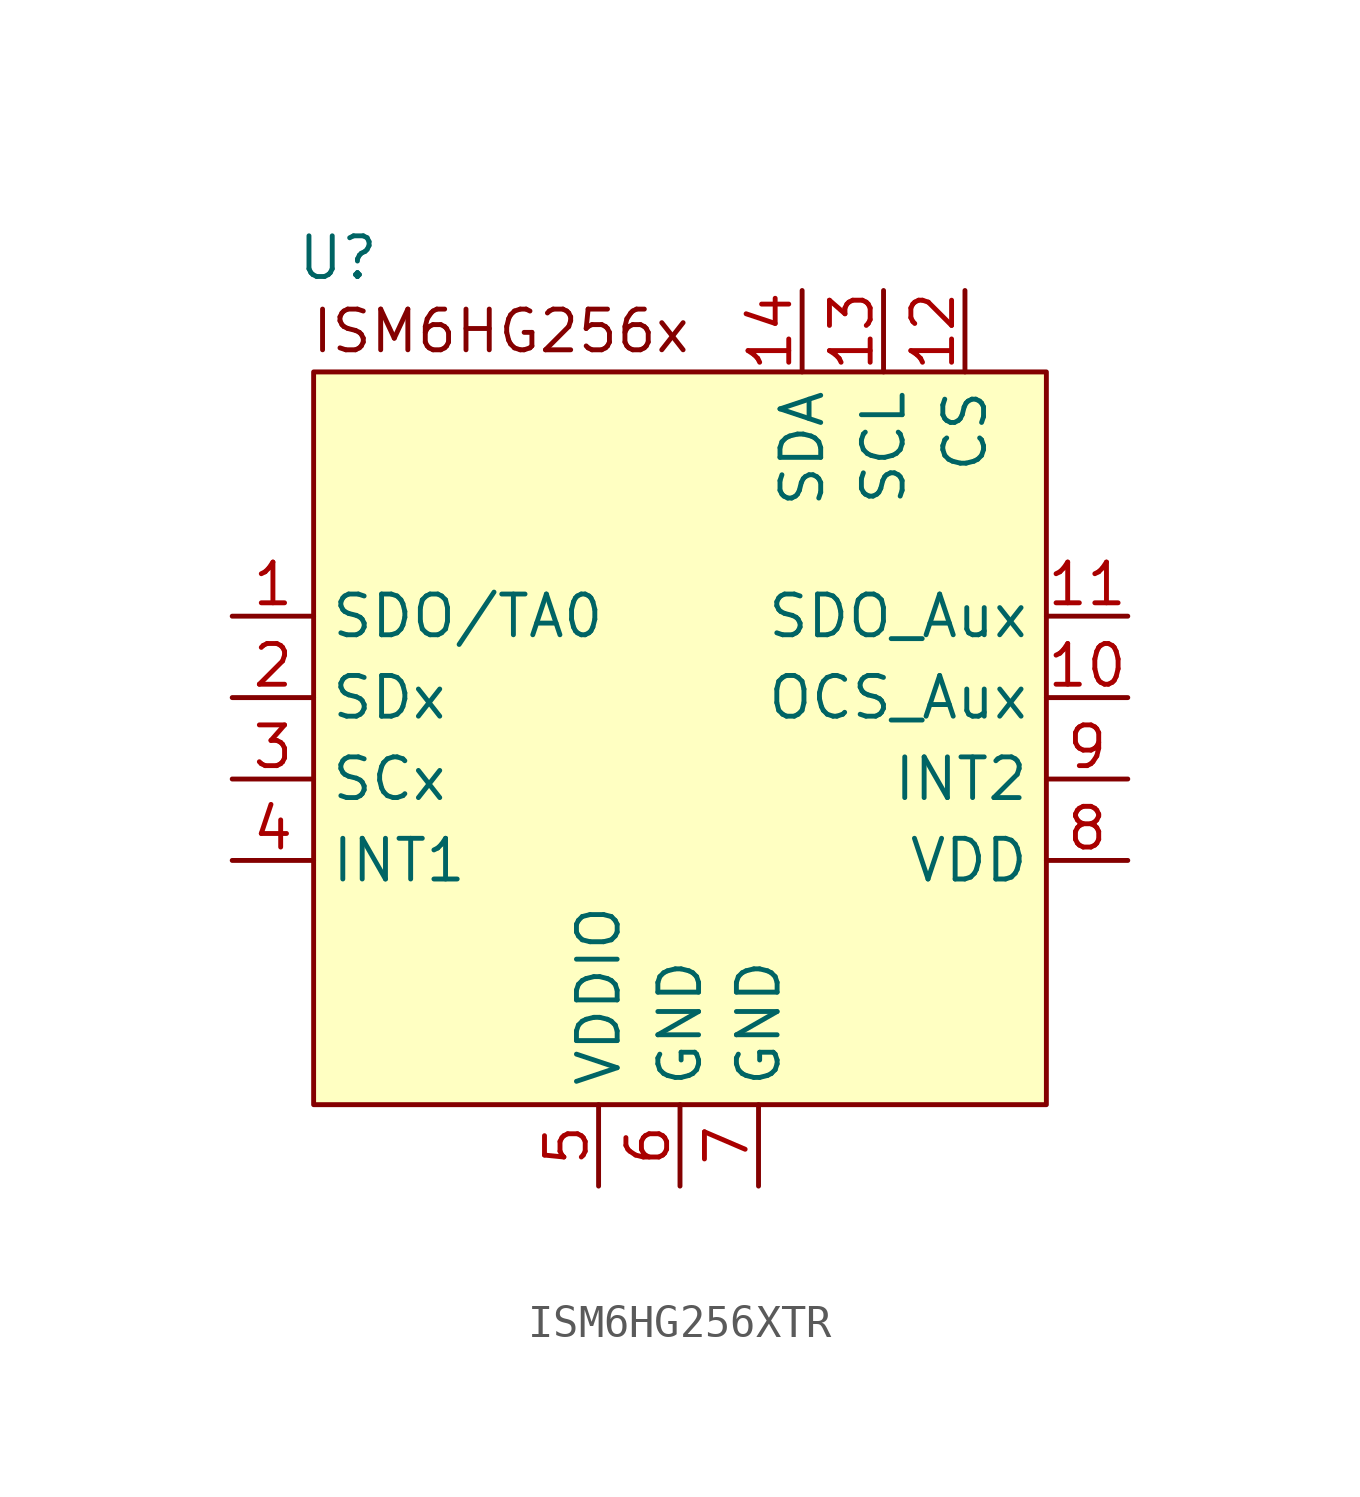
<source format=kicad_sym>
(kicad_symbol_lib
  (version 20241209)
  (generator "kicad_symbol_editor")
  (generator_version "9.0")
  (symbol "ISM6HG256XTR"
    (property "Reference" "U"
      (at -10.668 14.986 0)
      (effects (font (size 1.27 1.27))))
    (property "Value" ""
      (at 0 0 0)
      (effects (font (size 1.27 1.27))))
    (symbol "ISM6HG256XTR_0_1"
      (rectangle (start -11.43 11.43) (end 11.43 -11.43) (stroke (width 0) (type default)) (fill (type background))))
    (symbol "ISM6HG256XTR_1_1"
      (text "ISM6HG256x" (at -5.588 12.7 0) (effects (font (size 1.27 1.27))))
      (pin bidirectional line (at -13.97 3.81 0) (length 2.54) (name "SDO/TA0" (effects (font (size 1.27 1.27)))) (number "1" (effects (font (size 1.27 1.27)))))
      (pin bidirectional line (at -13.97 1.27 0) (length 2.54) (name "SDx" (effects (font (size 1.27 1.27)))) (number "2" (effects (font (size 1.27 1.27)))))
      (pin input line (at -13.97 -1.27 0) (length 2.54) (name "SCx" (effects (font (size 1.27 1.27)))) (number "3" (effects (font (size 1.27 1.27)))))
      (pin output line (at -13.97 -3.81 0) (length 2.54) (name "INT1" (effects (font (size 1.27 1.27)))) (number "4" (effects (font (size 1.27 1.27)))))
      (pin power_in line (at -2.54 -13.97 90) (length 2.54) (name "VDDIO" (effects (font (size 1.27 1.27)))) (number "5" (effects (font (size 1.27 1.27)))))
      (pin power_in line (at 0 -13.97 90) (length 2.54) (name "GND" (effects (font (size 1.27 1.27)))) (number "6" (effects (font (size 1.27 1.27)))))
      (pin power_in line (at 2.45 -13.97 90) (length 2.54) (name "GND" (effects (font (size 1.27 1.27)))) (number "7" (effects (font (size 1.27 1.27)))))
      (pin bidirectional line (at 3.81 13.97 270) (length 2.54) (name "SDA" (effects (font (size 1.27 1.27)))) (number "14" (effects (font (size 1.27 1.27)))))
      (pin input line (at 6.35 13.97 270) (length 2.54) (name "SCL" (effects (font (size 1.27 1.27)))) (number "13" (effects (font (size 1.27 1.27)))))
      (pin input line (at 8.89 13.97 270) (length 2.54) (name "CS" (effects (font (size 1.27 1.27)))) (number "12" (effects (font (size 1.27 1.27)))))
      (pin output line (at 13.97 3.81 180) (length 2.54) (name "SDO_Aux" (effects (font (size 1.27 1.27)))) (number "11" (effects (font (size 1.27 1.27)))))
      (pin input line (at 13.97 1.27 180) (length 2.54) (name "OCS_Aux" (effects (font (size 1.27 1.27)))) (number "10" (effects (font (size 1.27 1.27)))))
      (pin output line (at 13.97 -1.27 180) (length 2.54) (name "INT2" (effects (font (size 1.27 1.27)))) (number "9" (effects (font (size 1.27 1.27)))))
      (pin power_in line (at 13.97 -3.81 180) (length 2.54) (name "VDD" (effects (font (size 1.27 1.27)))) (number "8" (effects (font (size 1.27 1.27))))))))
</source>
